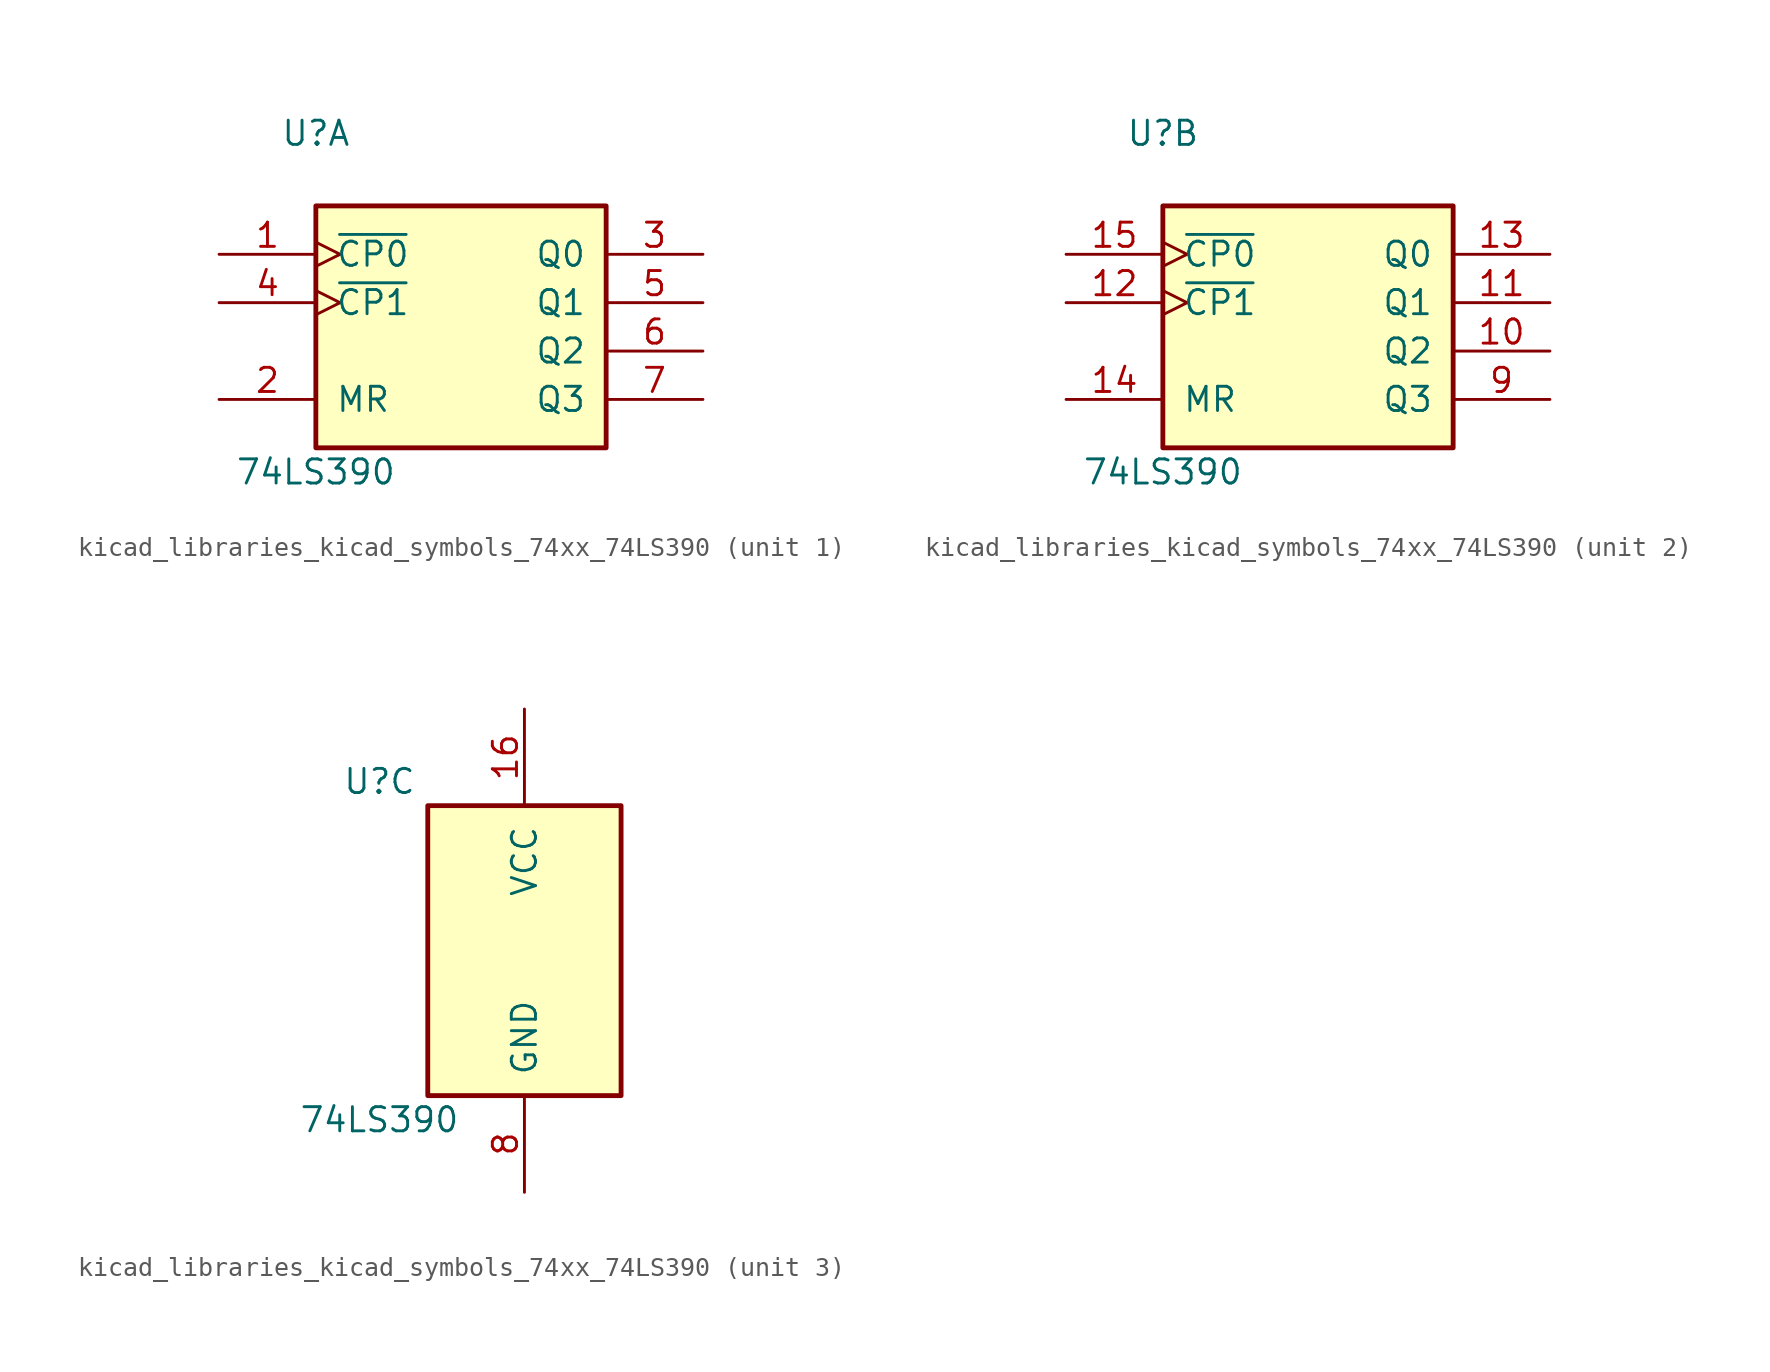
<source format=kicad_sym>
(kicad_symbol_lib
  (version 20220914)
  (generator kicad_symbol_editor)
  (symbol "kicad_libraries_kicad_symbols_74xx_74LS390"
    (pin_names
      (offset 1.016))
    (property "Reference" "U"
      (at -7.62 8.89 0)
      (effects (font (size 1.27 1.27))))
    (property "Value" "74LS390"
      (at -7.62 -8.89 0)
      (effects (font (size 1.27 1.27))))
    (property "ki_locked" ""
      (at 0 0 0)
      (effects (font (size 1.27 1.27))))
    (symbol "kicad_libraries_kicad_symbols_74xx_74LS390_1_0"
      (pin input clock (at -12.7 2.54 0) (length 5.08) (name "~{CP0}" (effects (font (size 1.27 1.27)))) (number "1" (effects (font (size 1.27 1.27)))))
      (pin input line (at -12.7 -5.08 0) (length 5.08) (name "MR" (effects (font (size 1.27 1.27)))) (number "2" (effects (font (size 1.27 1.27)))))
      (pin output line (at 12.7 2.54 180) (length 5.08) (name "Q0" (effects (font (size 1.27 1.27)))) (number "3" (effects (font (size 1.27 1.27)))))
      (pin input clock (at -12.7 0 0) (length 5.08) (name "~{CP1}" (effects (font (size 1.27 1.27)))) (number "4" (effects (font (size 1.27 1.27)))))
      (pin output line (at 12.7 0 180) (length 5.08) (name "Q1" (effects (font (size 1.27 1.27)))) (number "5" (effects (font (size 1.27 1.27)))))
      (pin output line (at 12.7 -2.54 180) (length 5.08) (name "Q2" (effects (font (size 1.27 1.27)))) (number "6" (effects (font (size 1.27 1.27)))))
      (pin output line (at 12.7 -5.08 180) (length 5.08) (name "Q3" (effects (font (size 1.27 1.27)))) (number "7" (effects (font (size 1.27 1.27))))))
    (symbol "kicad_libraries_kicad_symbols_74xx_74LS390_1_1"
      (rectangle (start -7.62 5.08) (end 7.62 -7.62) (stroke (width 0.254) (type default)) (fill (type background))))
    (symbol "kicad_libraries_kicad_symbols_74xx_74LS390_2_0"
      (pin output line (at 12.7 -2.54 180) (length 5.08) (name "Q2" (effects (font (size 1.27 1.27)))) (number "10" (effects (font (size 1.27 1.27)))))
      (pin output line (at 12.7 0 180) (length 5.08) (name "Q1" (effects (font (size 1.27 1.27)))) (number "11" (effects (font (size 1.27 1.27)))))
      (pin input clock (at -12.7 0 0) (length 5.08) (name "~{CP1}" (effects (font (size 1.27 1.27)))) (number "12" (effects (font (size 1.27 1.27)))))
      (pin output line (at 12.7 2.54 180) (length 5.08) (name "Q0" (effects (font (size 1.27 1.27)))) (number "13" (effects (font (size 1.27 1.27)))))
      (pin input line (at -12.7 -5.08 0) (length 5.08) (name "MR" (effects (font (size 1.27 1.27)))) (number "14" (effects (font (size 1.27 1.27)))))
      (pin input clock (at -12.7 2.54 0) (length 5.08) (name "~{CP0}" (effects (font (size 1.27 1.27)))) (number "15" (effects (font (size 1.27 1.27)))))
      (pin output line (at 12.7 -5.08 180) (length 5.08) (name "Q3" (effects (font (size 1.27 1.27)))) (number "9" (effects (font (size 1.27 1.27))))))
    (symbol "kicad_libraries_kicad_symbols_74xx_74LS390_2_1"
      (rectangle (start -7.62 5.08) (end 7.62 -7.62) (stroke (width 0.254) (type default)) (fill (type background))))
    (symbol "kicad_libraries_kicad_symbols_74xx_74LS390_3_0"
      (pin power_in line (at 0 12.7 270) (length 5.08) (name "VCC" (effects (font (size 1.27 1.27)))) (number "16" (effects (font (size 1.27 1.27)))))
      (pin power_in line (at 0 -12.7 90) (length 5.08) (name "GND" (effects (font (size 1.27 1.27)))) (number "8" (effects (font (size 1.27 1.27))))))
    (symbol "kicad_libraries_kicad_symbols_74xx_74LS390_3_1"
      (rectangle (start -5.08 7.62) (end 5.08 -7.62) (stroke (width 0.254) (type default)) (fill (type background))))))
</source>
